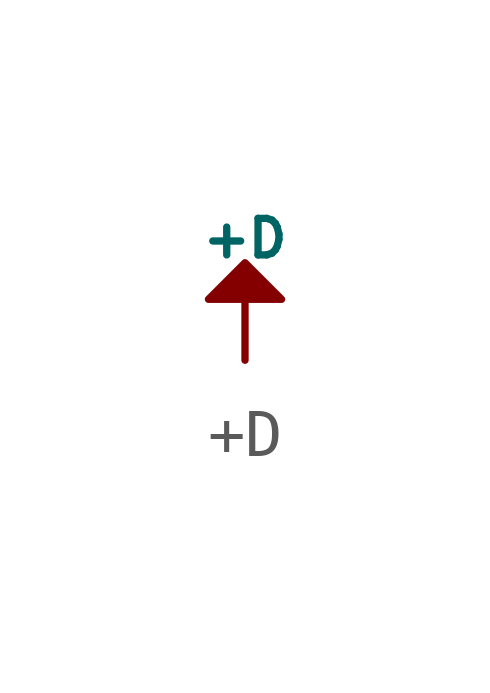
<source format=kicad_sym>
(kicad_symbol_lib
  (version 20220914)
  (generator kicad_symbol_editor)
  (symbol "+D"
    (power)
    (pin_numbers hide)
    (pin_names
      (offset 0))
    (property "Reference" "#PWR"
      (at 0 -1.27 0)
      (effects (font (size 0.508 0.508)) hide))
    (property "Value" "+D"
      (at 0 2.54 0)
      (effects (font (size 0.762 0.762))))
    (symbol "+D_0_0"
      (pin power_in line (at 0 0 90) (length 0) hide (name "+5VD" (effects (font (size 0.762 0.762)))) (number "1" (effects (font (size 0.508 0.508))))))
    (symbol "+D_0_1"
      (polyline (pts (xy 0 0) (xy 0 1.27) (xy 0 1.27)) (stroke (width 0) (type solid)) (fill (type none)))
      (polyline (pts (xy 0 2.032) (xy 0.762 1.27) (xy -0.508 1.27) (xy -0.762 1.27) (xy 0 2.032) (xy 0 2.032) (xy 0 2.032)) (stroke (width 0) (type solid)) (fill (type outline))))))
</source>
